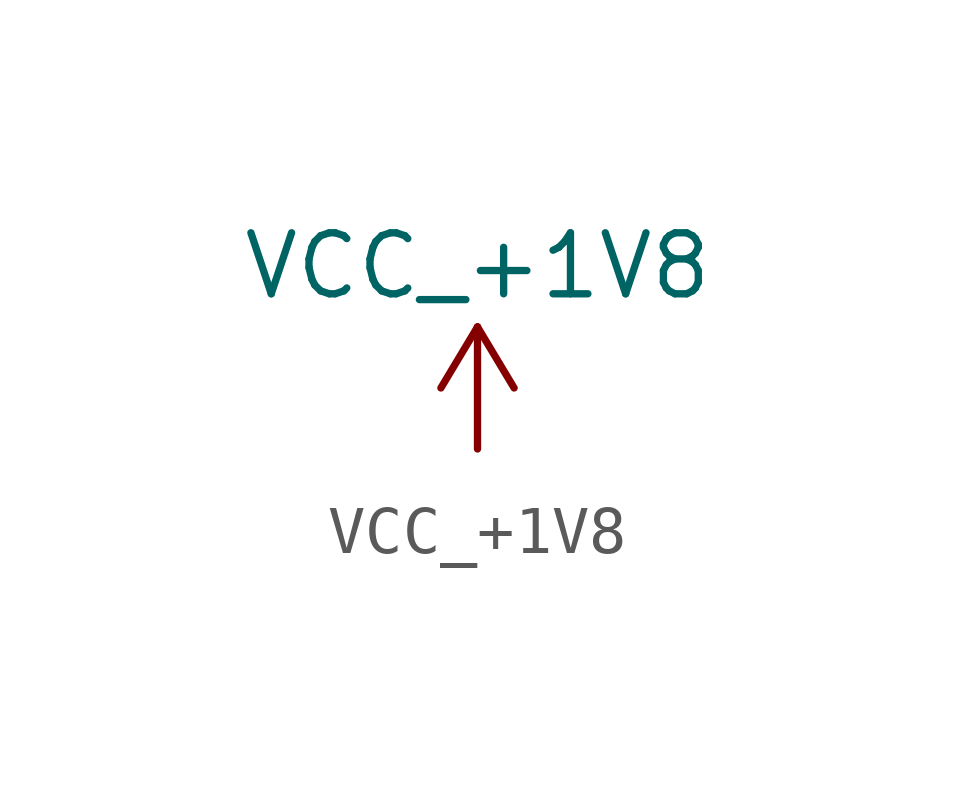
<source format=kicad_sym>
(kicad_symbol_lib
  (version 20220914)
  (generator kicad_symbol_editor)
  (symbol "VCC_+1V8"
    (power)
    (property "Reference" "#PWR"
      (at 0 -3.81 0)
      (effects (font (size 1.27 1.27)) hide))
    (property "Value" "VCC_+1V8"
      (at 0 3.81 0)
      (effects (font (size 1.27 1.27))))
    (symbol "VCC_+1V8_0_1"
      (polyline (pts (xy -0.762 1.27) (xy 0 2.54)) (stroke (width 0) (type default)) (fill (type none)))
      (polyline (pts (xy 0 0) (xy 0 2.54)) (stroke (width 0) (type default)) (fill (type none)))
      (polyline (pts (xy 0 2.54) (xy 0.762 1.27)) (stroke (width 0) (type default)) (fill (type none))))
    (symbol "VCC_+1V8_1_1"
      (pin power_in line (at 0 0 90) (length 0) hide (name "+1V8" (effects (font (size 1.27 1.27)))) (number "1" (effects (font (size 1.27 1.27))))))))
</source>
